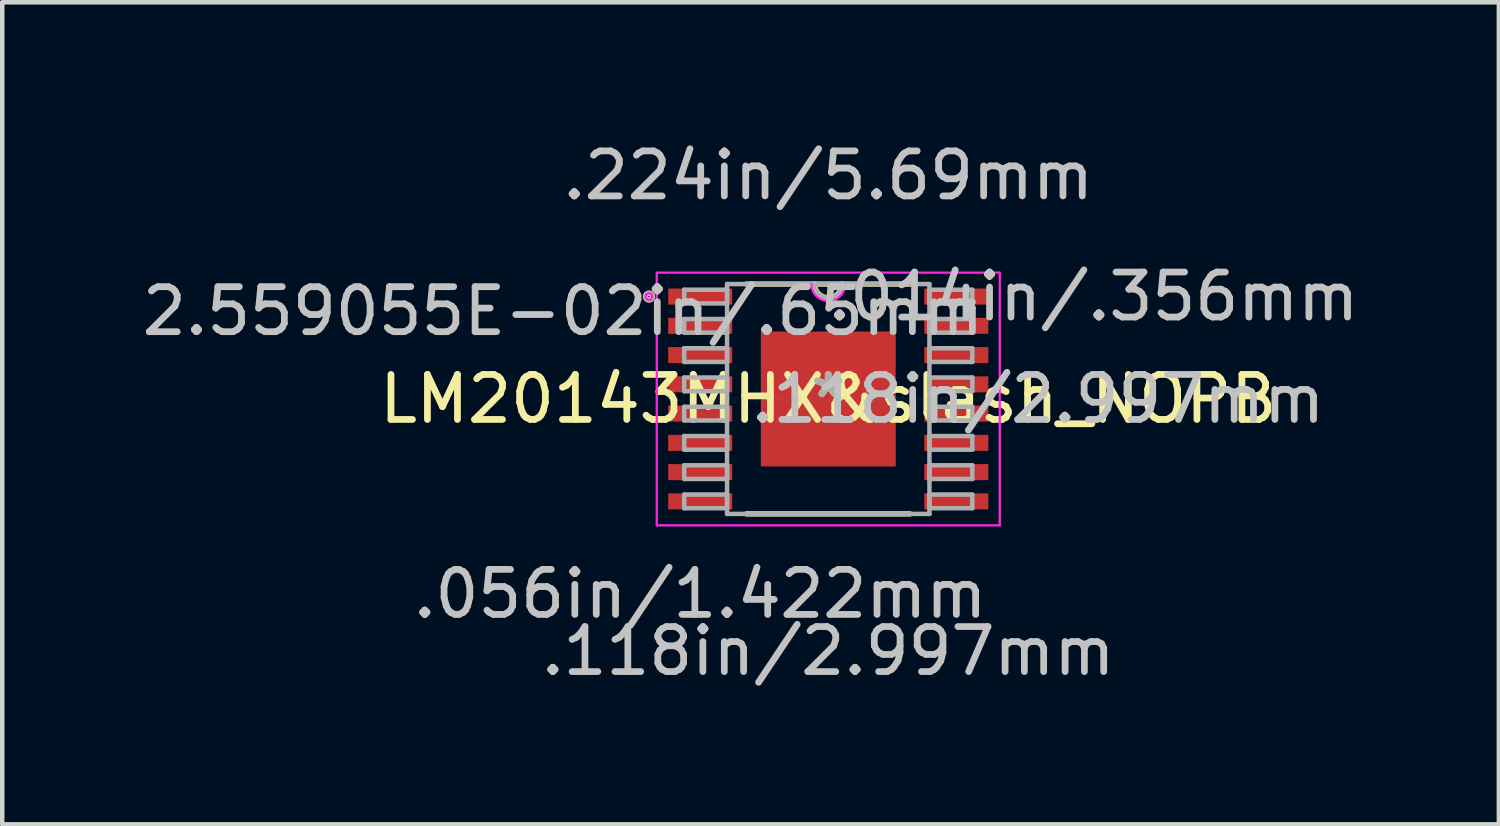
<source format=kicad_pcb>
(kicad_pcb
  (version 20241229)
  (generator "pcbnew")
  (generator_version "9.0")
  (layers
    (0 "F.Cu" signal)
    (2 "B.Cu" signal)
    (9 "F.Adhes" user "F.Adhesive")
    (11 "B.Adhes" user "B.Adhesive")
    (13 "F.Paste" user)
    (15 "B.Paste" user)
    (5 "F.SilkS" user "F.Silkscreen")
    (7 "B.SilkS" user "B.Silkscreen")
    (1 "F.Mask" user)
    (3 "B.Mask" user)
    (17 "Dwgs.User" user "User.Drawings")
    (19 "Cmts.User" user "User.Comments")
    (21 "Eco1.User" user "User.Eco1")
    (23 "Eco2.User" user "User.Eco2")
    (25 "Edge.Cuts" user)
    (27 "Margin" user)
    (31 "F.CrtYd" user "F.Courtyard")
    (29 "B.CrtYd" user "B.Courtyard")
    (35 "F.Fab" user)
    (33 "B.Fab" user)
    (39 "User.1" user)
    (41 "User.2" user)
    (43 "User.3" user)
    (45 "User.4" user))
  (footprint "LM20143MHX&slash_NOPB"
    (layer "F.Cu")
    (at 15.351 5.814)
    (property "Reference" "LM20143MHX&slash_NOPB" (at 0 0 0) (layer "F.SilkS") (effects (font (size 1 1) (thickness 0.15))))
    (attr through_hole)
    (fp_line (start -1.816 2.553) (end 1.816 2.553) (stroke (width 0.12) (type solid)) (layer "F.SilkS"))
    (fp_line (start 1.816 -2.553) (end -1.816 -2.553) (stroke (width 0.12) (type solid)) (layer "F.SilkS"))
    (fp_arc (start 0.3048 -2.5527) (mid 0 -2.2479) (end -0.3048 -2.5527) (stroke (width 0.12) (type solid)) (layer "F.SilkS"))
    (fp_circle (center -3.983 -2.275) (end -3.906 -2.275) (stroke (width 0.12) (type solid)) (fill no) (layer "F.SilkS"))
    (fp_line (start -3.81 -2.807) (end 3.81 -2.807) (stroke (width 0.05) (type solid)) (layer "F.CrtYd"))
    (fp_line (start -3.81 2.807) (end -3.81 -2.807) (stroke (width 0.05) (type solid)) (layer "F.CrtYd"))
    (fp_line (start 3.81 -2.807) (end 3.81 2.807) (stroke (width 0.05) (type solid)) (layer "F.CrtYd"))
    (fp_line (start 3.81 2.807) (end -3.81 2.807) (stroke (width 0.05) (type solid)) (layer "F.CrtYd"))
    (fp_arc (start 0.37465 -2.5527) (mid 0 -2.17805) (end -0.37465 -2.5527) (stroke (width 0.05) (type solid)) (layer "F.CrtYd"))
    (fp_circle (center -3.983 -2.275) (end -3.906 -2.275) (stroke (width 0.05) (type solid)) (fill no) (layer "F.CrtYd"))
    (fp_line (start -3.2 -2.427) (end -3.2 -2.123) (stroke (width 0.1) (type solid)) (layer "F.Fab"))
    (fp_line (start -3.2 -2.123) (end -2.248 -2.123) (stroke (width 0.1) (type solid)) (layer "F.Fab"))
    (fp_line (start -3.2 -1.777) (end -3.2 -1.473) (stroke (width 0.1) (type solid)) (layer "F.Fab"))
    (fp_line (start -3.2 -1.473) (end -2.248 -1.473) (stroke (width 0.1) (type solid)) (layer "F.Fab"))
    (fp_line (start -3.2 -1.127) (end -3.2 -0.823) (stroke (width 0.1) (type solid)) (layer "F.Fab"))
    (fp_line (start -3.2 -0.823) (end -2.248 -0.823) (stroke (width 0.1) (type solid)) (layer "F.Fab"))
    (fp_line (start -3.2 -0.477) (end -3.2 -0.173) (stroke (width 0.1) (type solid)) (layer "F.Fab"))
    (fp_line (start -3.2 -0.173) (end -2.248 -0.173) (stroke (width 0.1) (type solid)) (layer "F.Fab"))
    (fp_line (start -3.2 0.173) (end -3.2 0.477) (stroke (width 0.1) (type solid)) (layer "F.Fab"))
    (fp_line (start -3.2 0.477) (end -2.248 0.477) (stroke (width 0.1) (type solid)) (layer "F.Fab"))
    (fp_line (start -3.2 0.823) (end -3.2 1.127) (stroke (width 0.1) (type solid)) (layer "F.Fab"))
    (fp_line (start -3.2 1.127) (end -2.248 1.127) (stroke (width 0.1) (type solid)) (layer "F.Fab"))
    (fp_line (start -3.2 1.473) (end -3.2 1.777) (stroke (width 0.1) (type solid)) (layer "F.Fab"))
    (fp_line (start -3.2 1.777) (end -2.248 1.777) (stroke (width 0.1) (type solid)) (layer "F.Fab"))
    (fp_line (start -3.2 2.123) (end -3.2 2.427) (stroke (width 0.1) (type solid)) (layer "F.Fab"))
    (fp_line (start -3.2 2.427) (end -2.248 2.427) (stroke (width 0.1) (type solid)) (layer "F.Fab"))
    (fp_line (start -2.248 -2.553) (end -2.248 2.553) (stroke (width 0.1) (type solid)) (layer "F.Fab"))
    (fp_line (start -2.248 -2.427) (end -3.2 -2.427) (stroke (width 0.1) (type solid)) (layer "F.Fab"))
    (fp_line (start -2.248 -2.123) (end -2.248 -2.427) (stroke (width 0.1) (type solid)) (layer "F.Fab"))
    (fp_line (start -2.248 -1.777) (end -3.2 -1.777) (stroke (width 0.1) (type solid)) (layer "F.Fab"))
    (fp_line (start -2.248 -1.473) (end -2.248 -1.777) (stroke (width 0.1) (type solid)) (layer "F.Fab"))
    (fp_line (start -2.248 -1.127) (end -3.2 -1.127) (stroke (width 0.1) (type solid)) (layer "F.Fab"))
    (fp_line (start -2.248 -0.823) (end -2.248 -1.127) (stroke (width 0.1) (type solid)) (layer "F.Fab"))
    (fp_line (start -2.248 -0.477) (end -3.2 -0.477) (stroke (width 0.1) (type solid)) (layer "F.Fab"))
    (fp_line (start -2.248 -0.173) (end -2.248 -0.477) (stroke (width 0.1) (type solid)) (layer "F.Fab"))
    (fp_line (start -2.248 0.173) (end -3.2 0.173) (stroke (width 0.1) (type solid)) (layer "F.Fab"))
    (fp_line (start -2.248 0.477) (end -2.248 0.173) (stroke (width 0.1) (type solid)) (layer "F.Fab"))
    (fp_line (start -2.248 0.823) (end -3.2 0.823) (stroke (width 0.1) (type solid)) (layer "F.Fab"))
    (fp_line (start -2.248 1.127) (end -2.248 0.823) (stroke (width 0.1) (type solid)) (layer "F.Fab"))
    (fp_line (start -2.248 1.473) (end -3.2 1.473) (stroke (width 0.1) (type solid)) (layer "F.Fab"))
    (fp_line (start -2.248 1.777) (end -2.248 1.473) (stroke (width 0.1) (type solid)) (layer "F.Fab"))
    (fp_line (start -2.248 2.123) (end -3.2 2.123) (stroke (width 0.1) (type solid)) (layer "F.Fab"))
    (fp_line (start -2.248 2.427) (end -2.248 2.123) (stroke (width 0.1) (type solid)) (layer "F.Fab"))
    (fp_line (start -2.248 2.553) (end 2.248 2.553) (stroke (width 0.1) (type solid)) (layer "F.Fab"))
    (fp_line (start 2.248 -2.553) (end -2.248 -2.553) (stroke (width 0.1) (type solid)) (layer "F.Fab"))
    (fp_line (start 2.248 -2.427) (end 2.248 -2.123) (stroke (width 0.1) (type solid)) (layer "F.Fab"))
    (fp_line (start 2.248 -2.123) (end 3.2 -2.123) (stroke (width 0.1) (type solid)) (layer "F.Fab"))
    (fp_line (start 2.248 -1.777) (end 2.248 -1.473) (stroke (width 0.1) (type solid)) (layer "F.Fab"))
    (fp_line (start 2.248 -1.473) (end 3.2 -1.473) (stroke (width 0.1) (type solid)) (layer "F.Fab"))
    (fp_line (start 2.248 -1.127) (end 2.248 -0.823) (stroke (width 0.1) (type solid)) (layer "F.Fab"))
    (fp_line (start 2.248 -0.823) (end 3.2 -0.823) (stroke (width 0.1) (type solid)) (layer "F.Fab"))
    (fp_line (start 2.248 -0.477) (end 2.248 -0.173) (stroke (width 0.1) (type solid)) (layer "F.Fab"))
    (fp_line (start 2.248 -0.173) (end 3.2 -0.173) (stroke (width 0.1) (type solid)) (layer "F.Fab"))
    (fp_line (start 2.248 0.173) (end 2.248 0.477) (stroke (width 0.1) (type solid)) (layer "F.Fab"))
    (fp_line (start 2.248 0.477) (end 3.2 0.477) (stroke (width 0.1) (type solid)) (layer "F.Fab"))
    (fp_line (start 2.248 0.823) (end 2.248 1.127) (stroke (width 0.1) (type solid)) (layer "F.Fab"))
    (fp_line (start 2.248 1.127) (end 3.2 1.127) (stroke (width 0.1) (type solid)) (layer "F.Fab"))
    (fp_line (start 2.248 1.473) (end 2.248 1.777) (stroke (width 0.1) (type solid)) (layer "F.Fab"))
    (fp_line (start 2.248 1.777) (end 3.2 1.777) (stroke (width 0.1) (type solid)) (layer "F.Fab"))
    (fp_line (start 2.248 2.123) (end 2.248 2.427) (stroke (width 0.1) (type solid)) (layer "F.Fab"))
    (fp_line (start 2.248 2.427) (end 3.2 2.427) (stroke (width 0.1) (type solid)) (layer "F.Fab"))
    (fp_line (start 2.248 2.553) (end 2.248 -2.553) (stroke (width 0.1) (type solid)) (layer "F.Fab"))
    (fp_line (start 3.2 -2.427) (end 2.248 -2.427) (stroke (width 0.1) (type solid)) (layer "F.Fab"))
    (fp_line (start 3.2 -2.123) (end 3.2 -2.427) (stroke (width 0.1) (type solid)) (layer "F.Fab"))
    (fp_line (start 3.2 -1.777) (end 2.248 -1.777) (stroke (width 0.1) (type solid)) (layer "F.Fab"))
    (fp_line (start 3.2 -1.473) (end 3.2 -1.777) (stroke (width 0.1) (type solid)) (layer "F.Fab"))
    (fp_line (start 3.2 -1.127) (end 2.248 -1.127) (stroke (width 0.1) (type solid)) (layer "F.Fab"))
    (fp_line (start 3.2 -0.823) (end 3.2 -1.127) (stroke (width 0.1) (type solid)) (layer "F.Fab"))
    (fp_line (start 3.2 -0.477) (end 2.248 -0.477) (stroke (width 0.1) (type solid)) (layer "F.Fab"))
    (fp_line (start 3.2 -0.173) (end 3.2 -0.477) (stroke (width 0.1) (type solid)) (layer "F.Fab"))
    (fp_line (start 3.2 0.173) (end 2.248 0.173) (stroke (width 0.1) (type solid)) (layer "F.Fab"))
    (fp_line (start 3.2 0.477) (end 3.2 0.173) (stroke (width 0.1) (type solid)) (layer "F.Fab"))
    (fp_line (start 3.2 0.823) (end 2.248 0.823) (stroke (width 0.1) (type solid)) (layer "F.Fab"))
    (fp_line (start 3.2 1.127) (end 3.2 0.823) (stroke (width 0.1) (type solid)) (layer "F.Fab"))
    (fp_line (start 3.2 1.473) (end 2.248 1.473) (stroke (width 0.1) (type solid)) (layer "F.Fab"))
    (fp_line (start 3.2 1.777) (end 3.2 1.473) (stroke (width 0.1) (type solid)) (layer "F.Fab"))
    (fp_line (start 3.2 2.123) (end 2.248 2.123) (stroke (width 0.1) (type solid)) (layer "F.Fab"))
    (fp_line (start 3.2 2.427) (end 3.2 2.123) (stroke (width 0.1) (type solid)) (layer "F.Fab"))
    (fp_arc (start 0.3048 -2.5527) (mid 0 -2.2479) (end -0.3048 -2.5527) (stroke (width 0.1) (type solid)) (layer "F.Fab"))
    (fp_circle (center -3.983 -2.275) (end -3.906 -2.275) (stroke (width 0.1) (type solid)) (fill no) (layer "F.Fab"))
    (fp_text user "*" (at 0 0 0) (layer "F.SilkS") (effects (font (size 1 1) (thickness 0.15))))
    (fp_text user ".118in/2.997mm" (at 4.661 0 0) (layer "Dwgs.User") (effects (font (size 1 1) (thickness 0.15))))
    (fp_text user ".014in/.356mm" (at 5.893 -2.275 0) (layer "Dwgs.User") (effects (font (size 1 1) (thickness 0.15))))
    (fp_text user ".056in/1.422mm" (at -2.845 4.331 0) (layer "Dwgs.User") (effects (font (size 1 1) (thickness 0.15))))
    (fp_text user ".224in/5.69mm" (at 0 -4.966 0) (layer "Dwgs.User") (effects (font (size 1 1) (thickness 0.15))))
    (fp_text user ".118in/2.997mm" (at 0 5.601 0) (layer "Dwgs.User") (effects (font (size 1 1) (thickness 0.15))))
    (fp_text user "2.559055E-02in/.65mm" (at -5.893 -1.95 0) (layer "Dwgs.User") (effects (font (size 1 1) (thickness 0.15))))
    (fp_text user "Copyright 2021 Accelerated Designs. All rights reserved." (at 0 0 0) (layer "Cmts.User") (effects (font (size 0.127 0.127) (thickness 0.002))))
    (fp_text user "*" (at 0 0 0) (layer "F.Fab") (effects (font (size 1 1) (thickness 0.15))))
    (pad "1" smd rect (at -2.845 -2.275) (size 1.422 0.356) (layers "F.Cu" "F.Mask" "F.Paste"))
    (pad "2" smd rect (at -2.845 -1.625) (size 1.422 0.356) (layers "F.Cu" "F.Mask" "F.Paste"))
    (pad "3" smd rect (at -2.845 -0.975) (size 1.422 0.356) (layers "F.Cu" "F.Mask" "F.Paste"))
    (pad "4" smd rect (at -2.845 -0.325) (size 1.422 0.356) (layers "F.Cu" "F.Mask" "F.Paste"))
    (pad "5" smd rect (at -2.845 0.325) (size 1.422 0.356) (layers "F.Cu" "F.Mask" "F.Paste"))
    (pad "6" smd rect (at -2.845 0.975) (size 1.422 0.356) (layers "F.Cu" "F.Mask" "F.Paste"))
    (pad "7" smd rect (at -2.845 1.625) (size 1.422 0.356) (layers "F.Cu" "F.Mask" "F.Paste"))
    (pad "8" smd rect (at -2.845 2.275) (size 1.422 0.356) (layers "F.Cu" "F.Mask" "F.Paste"))
    (pad "9" smd rect (at 2.845 2.275) (size 1.422 0.356) (layers "F.Cu" "F.Mask" "F.Paste"))
    (pad "10" smd rect (at 2.845 1.625) (size 1.422 0.356) (layers "F.Cu" "F.Mask" "F.Paste"))
    (pad "11" smd rect (at 2.845 0.975) (size 1.422 0.356) (layers "F.Cu" "F.Mask" "F.Paste"))
    (pad "12" smd rect (at 2.845 0.325) (size 1.422 0.356) (layers "F.Cu" "F.Mask" "F.Paste"))
    (pad "13" smd rect (at 2.845 -0.325) (size 1.422 0.356) (layers "F.Cu" "F.Mask" "F.Paste"))
    (pad "14" smd rect (at 2.845 -0.975) (size 1.422 0.356) (layers "F.Cu" "F.Mask" "F.Paste"))
    (pad "15" smd rect (at 2.845 -1.625) (size 1.422 0.356) (layers "F.Cu" "F.Mask" "F.Paste"))
    (pad "16" smd rect (at 2.845 -2.275) (size 1.422 0.356) (layers "F.Cu" "F.Mask" "F.Paste"))
    (pad "17" smd rect (at 0 0) (size 2.997 2.997) (layers "F.Cu" "F.Mask" "F.Paste")))
  (gr_rect
    (start -3 -3)
    (end 30.25 15.263)
    (stroke (width 0.1) (type default))
    (fill no)
    (layer "Edge.Cuts")))
</source>
